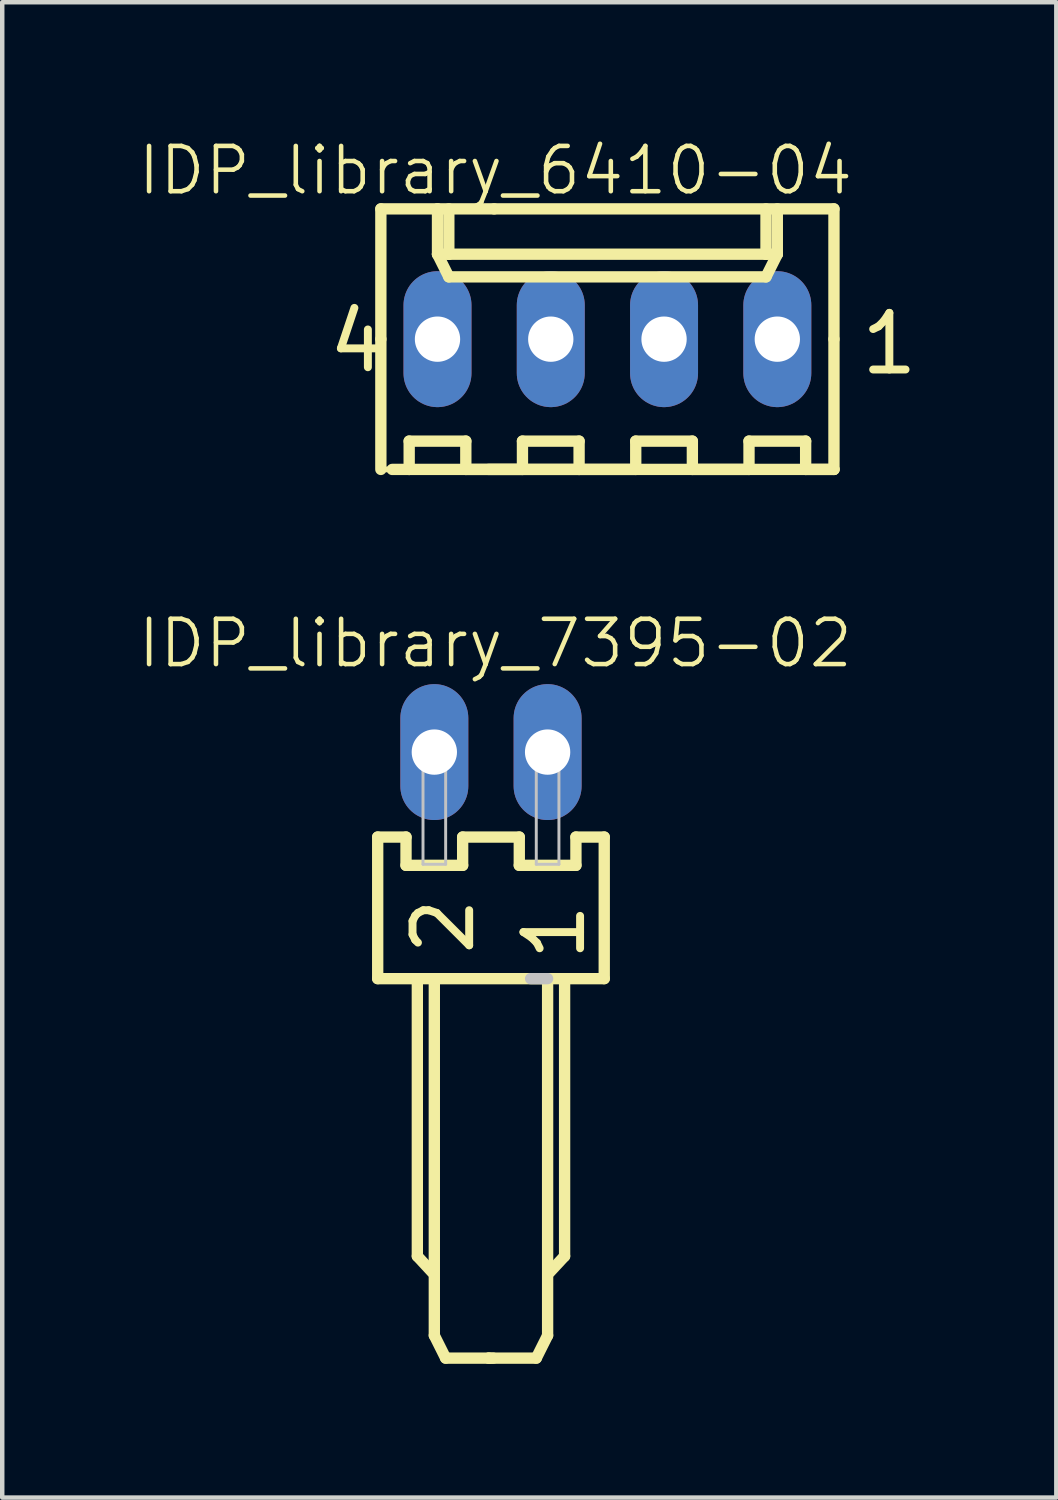
<source format=kicad_pcb>
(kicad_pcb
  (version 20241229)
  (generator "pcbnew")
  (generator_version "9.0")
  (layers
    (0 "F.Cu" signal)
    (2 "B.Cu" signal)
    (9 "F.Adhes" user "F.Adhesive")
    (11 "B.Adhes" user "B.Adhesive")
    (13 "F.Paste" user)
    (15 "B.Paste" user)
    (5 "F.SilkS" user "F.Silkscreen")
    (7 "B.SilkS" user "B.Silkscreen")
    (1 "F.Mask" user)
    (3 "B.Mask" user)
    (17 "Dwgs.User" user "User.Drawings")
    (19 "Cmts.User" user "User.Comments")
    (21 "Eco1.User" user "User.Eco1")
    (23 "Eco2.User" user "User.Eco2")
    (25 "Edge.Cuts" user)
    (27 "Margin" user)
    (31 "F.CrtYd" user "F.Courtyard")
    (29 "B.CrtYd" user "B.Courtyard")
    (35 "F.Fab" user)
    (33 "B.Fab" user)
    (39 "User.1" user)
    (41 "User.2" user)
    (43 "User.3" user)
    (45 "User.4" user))
  (footprint "IDP_library_7395-02"
    (layer "F.Cu")
    (at 7.959 13.814)
    (property "Reference" "IDP_library_7395-02" (at 0.099 -2.438 180) (layer "F.SilkS") (effects (font (size 1.016 1.016) (thickness 0.102))))
    (attr exclude_from_pos_files exclude_from_bom)
    (fp_line (start -2.54 1.905) (end -2.54 5.08) (stroke (width 0.254) (type solid)) (layer "F.SilkS"))
    (fp_line (start -2.54 5.08) (end -1.651 5.08) (stroke (width 0.254) (type solid)) (layer "F.SilkS"))
    (fp_line (start -1.905 1.905) (end -2.54 1.905) (stroke (width 0.254) (type solid)) (layer "F.SilkS"))
    (fp_line (start -1.905 2.54) (end -1.905 1.905) (stroke (width 0.254) (type solid)) (layer "F.SilkS"))
    (fp_line (start -1.651 5.08) (end -1.651 11.303) (stroke (width 0.254) (type solid)) (layer "F.SilkS"))
    (fp_line (start -1.651 5.08) (end 1.27 5.08) (stroke (width 0.254) (type solid)) (layer "F.SilkS"))
    (fp_line (start -1.651 11.303) (end -1.321 11.659) (stroke (width 0.254) (type solid)) (layer "F.SilkS"))
    (fp_line (start -1.27 5.08) (end -1.27 13.081) (stroke (width 0.254) (type solid)) (layer "F.SilkS"))
    (fp_line (start -1.27 13.081) (end -1.016 13.589) (stroke (width 0.254) (type solid)) (layer "F.SilkS"))
    (fp_line (start -1.016 13.589) (end -0.051 13.589) (stroke (width 0.254) (type solid)) (layer "F.SilkS"))
    (fp_line (start -0.635 1.905) (end -0.635 2.54) (stroke (width 0.254) (type solid)) (layer "F.SilkS"))
    (fp_line (start -0.635 2.54) (end -1.905 2.54) (stroke (width 0.254) (type solid)) (layer "F.SilkS"))
    (fp_line (start -0.051 13.589) (end 0.051 13.589) (stroke (width 0.254) (type solid)) (layer "F.SilkS"))
    (fp_line (start 0.635 1.905) (end -0.635 1.905) (stroke (width 0.254) (type solid)) (layer "F.SilkS"))
    (fp_line (start 0.635 2.54) (end 0.635 1.905) (stroke (width 0.254) (type solid)) (layer "F.SilkS"))
    (fp_line (start 1.016 13.589) (end -0.051 13.589) (stroke (width 0.254) (type solid)) (layer "F.SilkS"))
    (fp_line (start 1.27 5.08) (end 1.27 13.081) (stroke (width 0.254) (type solid)) (layer "F.SilkS"))
    (fp_line (start 1.27 5.08) (end 2.54 5.08) (stroke (width 0.254) (type solid)) (layer "F.SilkS"))
    (fp_line (start 1.27 13.081) (end 1.016 13.589) (stroke (width 0.254) (type solid)) (layer "F.SilkS"))
    (fp_line (start 1.651 5.08) (end 1.651 11.303) (stroke (width 0.254) (type solid)) (layer "F.SilkS"))
    (fp_line (start 1.651 11.303) (end 1.321 11.659) (stroke (width 0.254) (type solid)) (layer "F.SilkS"))
    (fp_line (start 1.905 1.905) (end 1.905 2.54) (stroke (width 0.254) (type solid)) (layer "F.SilkS"))
    (fp_line (start 1.905 2.54) (end 0.635 2.54) (stroke (width 0.254) (type solid)) (layer "F.SilkS"))
    (fp_line (start 2.54 1.905) (end 1.905 1.905) (stroke (width 0.254) (type solid)) (layer "F.SilkS"))
    (fp_line (start 2.54 5.08) (end 2.54 1.905) (stroke (width 0.254) (type solid)) (layer "F.SilkS"))
    (fp_line (start -1.524 -0.254) (end -1.016 -0.254) (stroke (width 0.066) (type solid)) (layer "Dwgs.User"))
    (fp_line (start -1.524 0.254) (end -1.524 -0.254) (stroke (width 0.066) (type solid)) (layer "Dwgs.User"))
    (fp_line (start -1.524 0.254) (end -1.016 0.254) (stroke (width 0.066) (type solid)) (layer "Dwgs.User"))
    (fp_line (start -1.524 0.279) (end -1.016 0.279) (stroke (width 0.066) (type solid)) (layer "Dwgs.User"))
    (fp_line (start -1.524 2.515) (end -1.524 0.279) (stroke (width 0.066) (type solid)) (layer "Dwgs.User"))
    (fp_line (start -1.524 2.515) (end -1.016 2.515) (stroke (width 0.066) (type solid)) (layer "Dwgs.User"))
    (fp_line (start -1.016 0.254) (end -1.016 -0.254) (stroke (width 0.066) (type solid)) (layer "Dwgs.User"))
    (fp_line (start -1.016 2.515) (end -1.016 0.279) (stroke (width 0.066) (type solid)) (layer "Dwgs.User"))
    (fp_line (start 1.016 -0.254) (end 1.524 -0.254) (stroke (width 0.066) (type solid)) (layer "Dwgs.User"))
    (fp_line (start 1.016 0.254) (end 1.016 -0.254) (stroke (width 0.066) (type solid)) (layer "Dwgs.User"))
    (fp_line (start 1.016 0.254) (end 1.524 0.254) (stroke (width 0.066) (type solid)) (layer "Dwgs.User"))
    (fp_line (start 1.016 0.279) (end 1.524 0.279) (stroke (width 0.066) (type solid)) (layer "Dwgs.User"))
    (fp_line (start 1.016 2.515) (end 1.016 0.279) (stroke (width 0.066) (type solid)) (layer "Dwgs.User"))
    (fp_line (start 1.016 2.515) (end 1.524 2.515) (stroke (width 0.066) (type solid)) (layer "Dwgs.User"))
    (fp_line (start 1.27 5.08) (end 0.889 5.08) (stroke (width 0.254) (type solid)) (layer "Dwgs.User"))
    (fp_line (start 1.524 0.254) (end 1.524 -0.254) (stroke (width 0.066) (type solid)) (layer "Dwgs.User"))
    (fp_line (start 1.524 2.515) (end 1.524 0.279) (stroke (width 0.066) (type solid)) (layer "Dwgs.User"))
    (fp_text user "2" (at -1.067 3.909 270) (layer "F.SilkS") (effects (font (size 1.27 1.27) (thickness 0.178))))
    (fp_text user "1" (at 1.42 4.036 270) (layer "F.SilkS") (effects (font (size 1.27 1.27) (thickness 0.178))))
    (pad "1" thru_hole oval (at 1.27 0 180) (size 1.524 3.048) (drill 1.016) (layers "*.Cu" "*.Paste" "*.Mask"))
    (pad "2" thru_hole oval (at -1.27 0 180) (size 1.524 3.048) (drill 1.016) (layers "*.Cu" "*.Paste" "*.Mask")))
  (footprint "IDP_library_6410-04"
    (layer "F.Cu")
    (at 10.57 4.555)
    (property "Reference" "IDP_library_6410-04" (at -2.512 -3.782 0) (layer "F.SilkS") (effects (font (size 1.016 1.016) (thickness 0.102))))
    (attr exclude_from_pos_files exclude_from_bom)
    (fp_line (start -5.08 -2.921) (end -3.81 -2.921) (stroke (width 0.254) (type solid)) (layer "F.SilkS"))
    (fp_line (start -5.08 0) (end -5.08 -2.921) (stroke (width 0.254) (type solid)) (layer "F.SilkS"))
    (fp_line (start -5.08 0) (end -5.08 2.921) (stroke (width 0.254) (type solid)) (layer "F.SilkS"))
    (fp_line (start -5.08 2.921) (end -2.667 2.921) (stroke (width 0.127) (type solid)) (layer "F.SilkS"))
    (fp_line (start -4.826 2.921) (end -4.445 2.921) (stroke (width 0.254) (type solid)) (layer "F.SilkS"))
    (fp_line (start -4.445 2.286) (end -3.175 2.286) (stroke (width 0.254) (type solid)) (layer "F.SilkS"))
    (fp_line (start -4.445 2.921) (end -4.445 2.286) (stroke (width 0.254) (type solid)) (layer "F.SilkS"))
    (fp_line (start -3.81 -2.921) (end -2.54 -2.921) (stroke (width 0.254) (type solid)) (layer "F.SilkS"))
    (fp_line (start -3.81 -2.54) (end -3.81 -2.921) (stroke (width 0.127) (type solid)) (layer "F.SilkS"))
    (fp_line (start -3.81 -1.905) (end -3.81 -2.921) (stroke (width 0.254) (type solid)) (layer "F.SilkS"))
    (fp_line (start -3.81 -1.905) (end -3.556 -1.905) (stroke (width 0.254) (type solid)) (layer "F.SilkS"))
    (fp_line (start -3.81 -1.905) (end -3.556 -1.397) (stroke (width 0.254) (type solid)) (layer "F.SilkS"))
    (fp_line (start -3.556 -2.921) (end -3.81 -2.921) (stroke (width 0.127) (type solid)) (layer "F.SilkS"))
    (fp_line (start -3.556 -2.921) (end -3.556 -1.905) (stroke (width 0.254) (type solid)) (layer "F.SilkS"))
    (fp_line (start -3.556 -1.905) (end 3.556 -1.905) (stroke (width 0.254) (type solid)) (layer "F.SilkS"))
    (fp_line (start -3.556 -1.397) (end 3.556 -1.397) (stroke (width 0.254) (type solid)) (layer "F.SilkS"))
    (fp_line (start -3.175 2.286) (end -3.175 2.921) (stroke (width 0.254) (type solid)) (layer "F.SilkS"))
    (fp_line (start -3.175 2.921) (end -1.905 2.921) (stroke (width 0.254) (type solid)) (layer "F.SilkS"))
    (fp_line (start -1.905 2.286) (end -0.635 2.286) (stroke (width 0.254) (type solid)) (layer "F.SilkS"))
    (fp_line (start -1.905 2.921) (end -1.905 2.286) (stroke (width 0.254) (type solid)) (layer "F.SilkS"))
    (fp_line (start -0.635 2.286) (end -0.635 2.921) (stroke (width 0.254) (type solid)) (layer "F.SilkS"))
    (fp_line (start -0.635 2.921) (end -4.445 2.921) (stroke (width 0.254) (type solid)) (layer "F.SilkS"))
    (fp_line (start -0.635 2.921) (end 0.635 2.921) (stroke (width 0.254) (type solid)) (layer "F.SilkS"))
    (fp_line (start 0.635 2.286) (end 1.905 2.286) (stroke (width 0.254) (type solid)) (layer "F.SilkS"))
    (fp_line (start 0.635 2.921) (end 0.635 2.286) (stroke (width 0.254) (type solid)) (layer "F.SilkS"))
    (fp_line (start 1.905 2.286) (end 1.905 2.921) (stroke (width 0.254) (type solid)) (layer "F.SilkS"))
    (fp_line (start 1.905 2.921) (end 3.175 2.921) (stroke (width 0.254) (type solid)) (layer "F.SilkS"))
    (fp_line (start 3.175 2.286) (end 4.445 2.286) (stroke (width 0.254) (type solid)) (layer "F.SilkS"))
    (fp_line (start 3.175 2.921) (end 3.175 2.286) (stroke (width 0.254) (type solid)) (layer "F.SilkS"))
    (fp_line (start 3.556 -2.921) (end 3.556 -1.905) (stroke (width 0.254) (type solid)) (layer "F.SilkS"))
    (fp_line (start 3.556 -1.905) (end 3.81 -1.905) (stroke (width 0.254) (type solid)) (layer "F.SilkS"))
    (fp_line (start 3.556 -1.397) (end 3.81 -1.905) (stroke (width 0.254) (type solid)) (layer "F.SilkS"))
    (fp_line (start 3.81 -1.905) (end 3.81 -2.921) (stroke (width 0.254) (type solid)) (layer "F.SilkS"))
    (fp_line (start 4.445 2.286) (end 4.445 2.921) (stroke (width 0.254) (type solid)) (layer "F.SilkS"))
    (fp_line (start 4.445 2.921) (end 5.08 2.921) (stroke (width 0.254) (type solid)) (layer "F.SilkS"))
    (fp_line (start 5.08 -2.921) (end -2.54 -2.921) (stroke (width 0.254) (type solid)) (layer "F.SilkS"))
    (fp_line (start 5.08 0) (end 5.08 -2.921) (stroke (width 0.254) (type solid)) (layer "F.SilkS"))
    (fp_line (start 5.08 0) (end 5.08 2.921) (stroke (width 0.254) (type solid)) (layer "F.SilkS"))
    (fp_line (start 5.08 2.921) (end -2.667 2.921) (stroke (width 0.254) (type solid)) (layer "F.SilkS"))
    (fp_line (start -4.064 -0.254) (end -3.556 -0.254) (stroke (width 0.066) (type solid)) (layer "Dwgs.User"))
    (fp_line (start -4.064 0.254) (end -4.064 -0.254) (stroke (width 0.066) (type solid)) (layer "Dwgs.User"))
    (fp_line (start -4.064 0.254) (end -3.556 0.254) (stroke (width 0.066) (type solid)) (layer "Dwgs.User"))
    (fp_line (start -3.556 0.254) (end -3.556 -0.254) (stroke (width 0.066) (type solid)) (layer "Dwgs.User"))
    (fp_line (start -1.524 -0.254) (end -1.016 -0.254) (stroke (width 0.066) (type solid)) (layer "Dwgs.User"))
    (fp_line (start -1.524 0.254) (end -1.524 -0.254) (stroke (width 0.066) (type solid)) (layer "Dwgs.User"))
    (fp_line (start -1.524 0.254) (end -1.016 0.254) (stroke (width 0.066) (type solid)) (layer "Dwgs.User"))
    (fp_line (start -1.016 0.254) (end -1.016 -0.254) (stroke (width 0.066) (type solid)) (layer "Dwgs.User"))
    (fp_line (start 1.016 -0.254) (end 1.524 -0.254) (stroke (width 0.066) (type solid)) (layer "Dwgs.User"))
    (fp_line (start 1.016 0.254) (end 1.016 -0.254) (stroke (width 0.066) (type solid)) (layer "Dwgs.User"))
    (fp_line (start 1.016 0.254) (end 1.524 0.254) (stroke (width 0.066) (type solid)) (layer "Dwgs.User"))
    (fp_line (start 1.524 0.254) (end 1.524 -0.254) (stroke (width 0.066) (type solid)) (layer "Dwgs.User"))
    (fp_line (start 3.556 -0.254) (end 4.064 -0.254) (stroke (width 0.066) (type solid)) (layer "Dwgs.User"))
    (fp_line (start 3.556 0.254) (end 3.556 -0.254) (stroke (width 0.066) (type solid)) (layer "Dwgs.User"))
    (fp_line (start 3.556 0.254) (end 4.064 0.254) (stroke (width 0.066) (type solid)) (layer "Dwgs.User"))
    (fp_line (start 4.064 0.254) (end 4.064 -0.254) (stroke (width 0.066) (type solid)) (layer "Dwgs.User"))
    (fp_text user "1" (at 6.322 0.102 0) (layer "F.SilkS") (effects (font (size 1.27 1.27) (thickness 0.178))))
    (fp_text user "4" (at -5.613 0.051 0) (layer "F.SilkS") (effects (font (size 1.27 1.27) (thickness 0.178))))
    (pad "1" thru_hole oval (at 3.81 0 180) (size 1.524 3.048) (drill 1.016) (layers "*.Cu" "*.Paste" "*.Mask"))
    (pad "2" thru_hole oval (at 1.27 0 180) (size 1.524 3.048) (drill 1.016) (layers "*.Cu" "*.Paste" "*.Mask"))
    (pad "3" thru_hole oval (at -1.27 0 180) (size 1.524 3.048) (drill 1.016) (layers "*.Cu" "*.Paste" "*.Mask"))
    (pad "4" thru_hole oval (at -3.81 0 180) (size 1.524 3.048) (drill 1.016) (layers "*.Cu" "*.Paste" "*.Mask")))
  (gr_rect
    (start -3 -3)
    (end 20.636 30.53)
    (stroke (width 0.1) (type default))
    (fill no)
    (layer "Edge.Cuts")))
</source>
